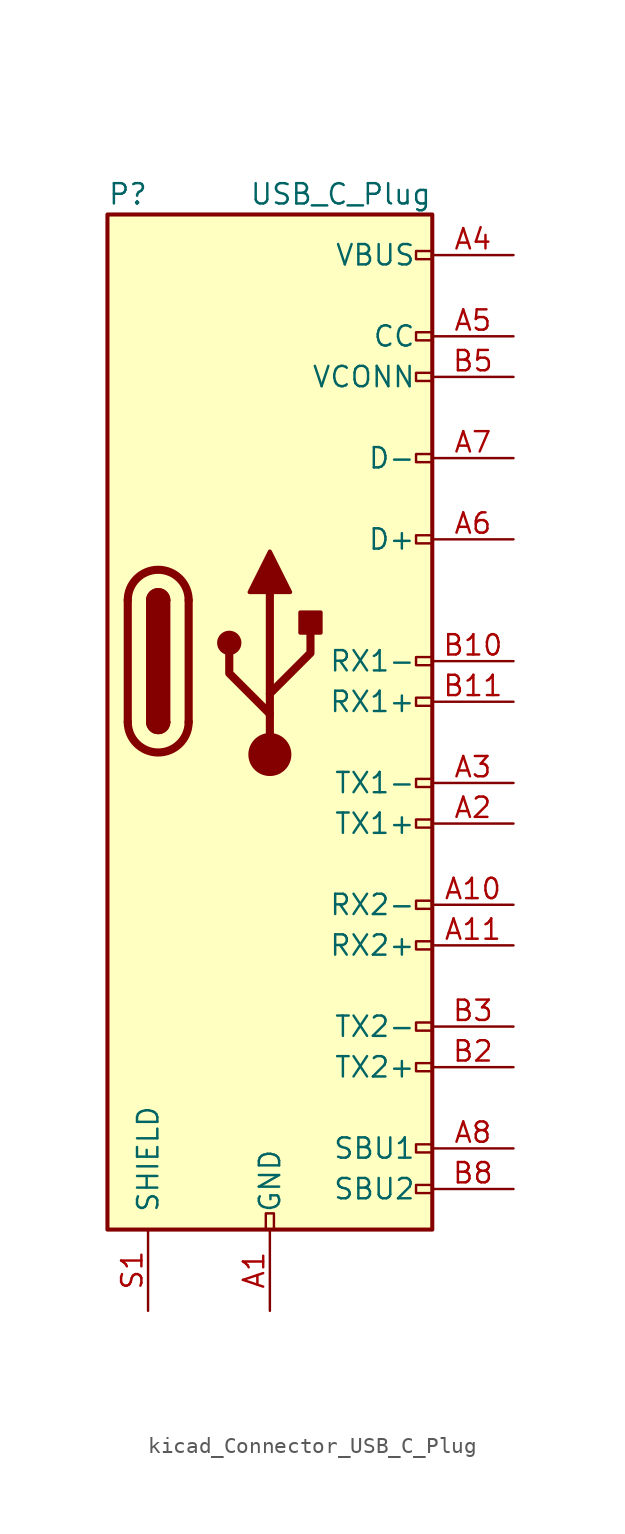
<source format=kicad_sym>
(kicad_symbol_lib
  (version 20220914)
  (generator kicad_symbol_editor)
  (symbol "kicad_Connector_USB_C_Plug"
    (pin_names
      (offset 1.016))
    (property "Reference" "P"
      (at -10.16 29.21 0)
      (effects (font (size 1.27 1.27)) (justify left)))
    (property "Value" "USB_C_Plug"
      (at 10.16 29.21 0)
      (effects (font (size 1.27 1.27)) (justify right)))
    (symbol "kicad_Connector_USB_C_Plug_0_0"
      (rectangle (start -0.254 -35.56) (end 0.254 -34.544) (stroke (width 0) (type default)) (fill (type none)))
      (rectangle (start 10.16 -32.766) (end 9.144 -33.274) (stroke (width 0) (type default)) (fill (type none)))
      (rectangle (start 10.16 -30.226) (end 9.144 -30.734) (stroke (width 0) (type default)) (fill (type none)))
      (rectangle (start 10.16 -25.146) (end 9.144 -25.654) (stroke (width 0) (type default)) (fill (type none)))
      (rectangle (start 10.16 -22.606) (end 9.144 -23.114) (stroke (width 0) (type default)) (fill (type none)))
      (rectangle (start 10.16 -17.526) (end 9.144 -18.034) (stroke (width 0) (type default)) (fill (type none)))
      (rectangle (start 10.16 -14.986) (end 9.144 -15.494) (stroke (width 0) (type default)) (fill (type none)))
      (rectangle (start 10.16 -9.906) (end 9.144 -10.414) (stroke (width 0) (type default)) (fill (type none)))
      (rectangle (start 10.16 -7.366) (end 9.144 -7.874) (stroke (width 0) (type default)) (fill (type none)))
      (rectangle (start 10.16 -2.286) (end 9.144 -2.794) (stroke (width 0) (type default)) (fill (type none)))
      (rectangle (start 10.16 0.254) (end 9.144 -0.254) (stroke (width 0) (type default)) (fill (type none)))
      (rectangle (start 10.16 7.874) (end 9.144 7.366) (stroke (width 0) (type default)) (fill (type none)))
      (rectangle (start 10.16 12.954) (end 9.144 12.446) (stroke (width 0) (type default)) (fill (type none)))
      (rectangle (start 10.16 18.034) (end 9.144 17.526) (stroke (width 0) (type default)) (fill (type none)))
      (rectangle (start 10.16 20.574) (end 9.144 20.066) (stroke (width 0) (type default)) (fill (type none)))
      (rectangle (start 10.16 25.654) (end 9.144 25.146) (stroke (width 0) (type default)) (fill (type none))))
    (symbol "kicad_Connector_USB_C_Plug_0_1"
      (rectangle (start -10.16 27.94) (end 10.16 -35.56) (stroke (width 0.254) (type default)) (fill (type background)))
      (arc (start -8.89 -3.81) (mid -6.985 -5.7067) (end -5.08 -3.81) (stroke (width 0.508) (type default)) (fill (type none)))
      (arc (start -7.62 -3.81) (mid -6.985 -4.4423) (end -6.35 -3.81) (stroke (width 0.254) (type default)) (fill (type none)))
      (arc (start -7.62 -3.81) (mid -6.985 -4.4423) (end -6.35 -3.81) (stroke (width 0.254) (type default)) (fill (type outline)))
      (rectangle (start -7.62 -3.81) (end -6.35 3.81) (stroke (width 0.254) (type default)) (fill (type outline)))
      (arc (start -6.35 3.81) (mid -6.985 4.4423) (end -7.62 3.81) (stroke (width 0.254) (type default)) (fill (type none)))
      (arc (start -6.35 3.81) (mid -6.985 4.4423) (end -7.62 3.81) (stroke (width 0.254) (type default)) (fill (type outline)))
      (arc (start -5.08 3.81) (mid -6.985 5.7067) (end -8.89 3.81) (stroke (width 0.508) (type default)) (fill (type none)))
      (polyline (pts (xy -8.89 -3.81) (xy -8.89 3.81)) (stroke (width 0.508) (type default)) (fill (type none)))
      (polyline (pts (xy -5.08 3.81) (xy -5.08 -3.81)) (stroke (width 0.508) (type default)) (fill (type none))))
    (symbol "kicad_Connector_USB_C_Plug_1_1"
      (circle (center -2.54 1.143) (radius 0.635) (stroke (width 0.254) (type default)) (fill (type outline)))
      (circle (center 0 -5.842) (radius 1.27) (stroke (width 0) (type default)) (fill (type outline)))
      (polyline (pts (xy 0 -5.842) (xy 0 4.318)) (stroke (width 0.508) (type default)) (fill (type none)))
      (polyline (pts (xy 0 -3.302) (xy -2.54 -0.762) (xy -2.54 0.508)) (stroke (width 0.508) (type default)) (fill (type none)))
      (polyline (pts (xy 0 -2.032) (xy 2.54 0.508) (xy 2.54 1.778)) (stroke (width 0.508) (type default)) (fill (type none)))
      (polyline (pts (xy -1.27 4.318) (xy 0 6.858) (xy 1.27 4.318) (xy -1.27 4.318)) (stroke (width 0.254) (type default)) (fill (type outline)))
      (rectangle (start 1.905 1.778) (end 3.175 3.048) (stroke (width 0.254) (type default)) (fill (type outline)))
      (pin passive line (at 0 -40.64 90) (length 5.08) (name "GND" (effects (font (size 1.27 1.27)))) (number "A1" (effects (font (size 1.27 1.27)))))
      (pin bidirectional line (at 15.24 -15.24 180) (length 5.08) (name "RX2-" (effects (font (size 1.27 1.27)))) (number "A10" (effects (font (size 1.27 1.27)))))
      (pin bidirectional line (at 15.24 -17.78 180) (length 5.08) (name "RX2+" (effects (font (size 1.27 1.27)))) (number "A11" (effects (font (size 1.27 1.27)))))
      (pin passive line (at 0 -40.64 90) (length 5.08) hide (name "GND" (effects (font (size 1.27 1.27)))) (number "A12" (effects (font (size 1.27 1.27)))))
      (pin bidirectional line (at 15.24 -10.16 180) (length 5.08) (name "TX1+" (effects (font (size 1.27 1.27)))) (number "A2" (effects (font (size 1.27 1.27)))))
      (pin bidirectional line (at 15.24 -7.62 180) (length 5.08) (name "TX1-" (effects (font (size 1.27 1.27)))) (number "A3" (effects (font (size 1.27 1.27)))))
      (pin passive line (at 15.24 25.4 180) (length 5.08) (name "VBUS" (effects (font (size 1.27 1.27)))) (number "A4" (effects (font (size 1.27 1.27)))))
      (pin bidirectional line (at 15.24 20.32 180) (length 5.08) (name "CC" (effects (font (size 1.27 1.27)))) (number "A5" (effects (font (size 1.27 1.27)))))
      (pin bidirectional line (at 15.24 7.62 180) (length 5.08) (name "D+" (effects (font (size 1.27 1.27)))) (number "A6" (effects (font (size 1.27 1.27)))))
      (pin bidirectional line (at 15.24 12.7 180) (length 5.08) (name "D-" (effects (font (size 1.27 1.27)))) (number "A7" (effects (font (size 1.27 1.27)))))
      (pin bidirectional line (at 15.24 -30.48 180) (length 5.08) (name "SBU1" (effects (font (size 1.27 1.27)))) (number "A8" (effects (font (size 1.27 1.27)))))
      (pin passive line (at 15.24 25.4 180) (length 5.08) hide (name "VBUS" (effects (font (size 1.27 1.27)))) (number "A9" (effects (font (size 1.27 1.27)))))
      (pin passive line (at 0 -40.64 90) (length 5.08) hide (name "GND" (effects (font (size 1.27 1.27)))) (number "B1" (effects (font (size 1.27 1.27)))))
      (pin bidirectional line (at 15.24 0 180) (length 5.08) (name "RX1-" (effects (font (size 1.27 1.27)))) (number "B10" (effects (font (size 1.27 1.27)))))
      (pin bidirectional line (at 15.24 -2.54 180) (length 5.08) (name "RX1+" (effects (font (size 1.27 1.27)))) (number "B11" (effects (font (size 1.27 1.27)))))
      (pin passive line (at 0 -40.64 90) (length 5.08) hide (name "GND" (effects (font (size 1.27 1.27)))) (number "B12" (effects (font (size 1.27 1.27)))))
      (pin bidirectional line (at 15.24 -25.4 180) (length 5.08) (name "TX2+" (effects (font (size 1.27 1.27)))) (number "B2" (effects (font (size 1.27 1.27)))))
      (pin bidirectional line (at 15.24 -22.86 180) (length 5.08) (name "TX2-" (effects (font (size 1.27 1.27)))) (number "B3" (effects (font (size 1.27 1.27)))))
      (pin passive line (at 15.24 25.4 180) (length 5.08) hide (name "VBUS" (effects (font (size 1.27 1.27)))) (number "B4" (effects (font (size 1.27 1.27)))))
      (pin bidirectional line (at 15.24 17.78 180) (length 5.08) (name "VCONN" (effects (font (size 1.27 1.27)))) (number "B5" (effects (font (size 1.27 1.27)))))
      (pin bidirectional line (at 15.24 -33.02 180) (length 5.08) (name "SBU2" (effects (font (size 1.27 1.27)))) (number "B8" (effects (font (size 1.27 1.27)))))
      (pin passive line (at 15.24 25.4 180) (length 5.08) hide (name "VBUS" (effects (font (size 1.27 1.27)))) (number "B9" (effects (font (size 1.27 1.27)))))
      (pin passive line (at -7.62 -40.64 90) (length 5.08) (name "SHIELD" (effects (font (size 1.27 1.27)))) (number "S1" (effects (font (size 1.27 1.27))))))))
</source>
